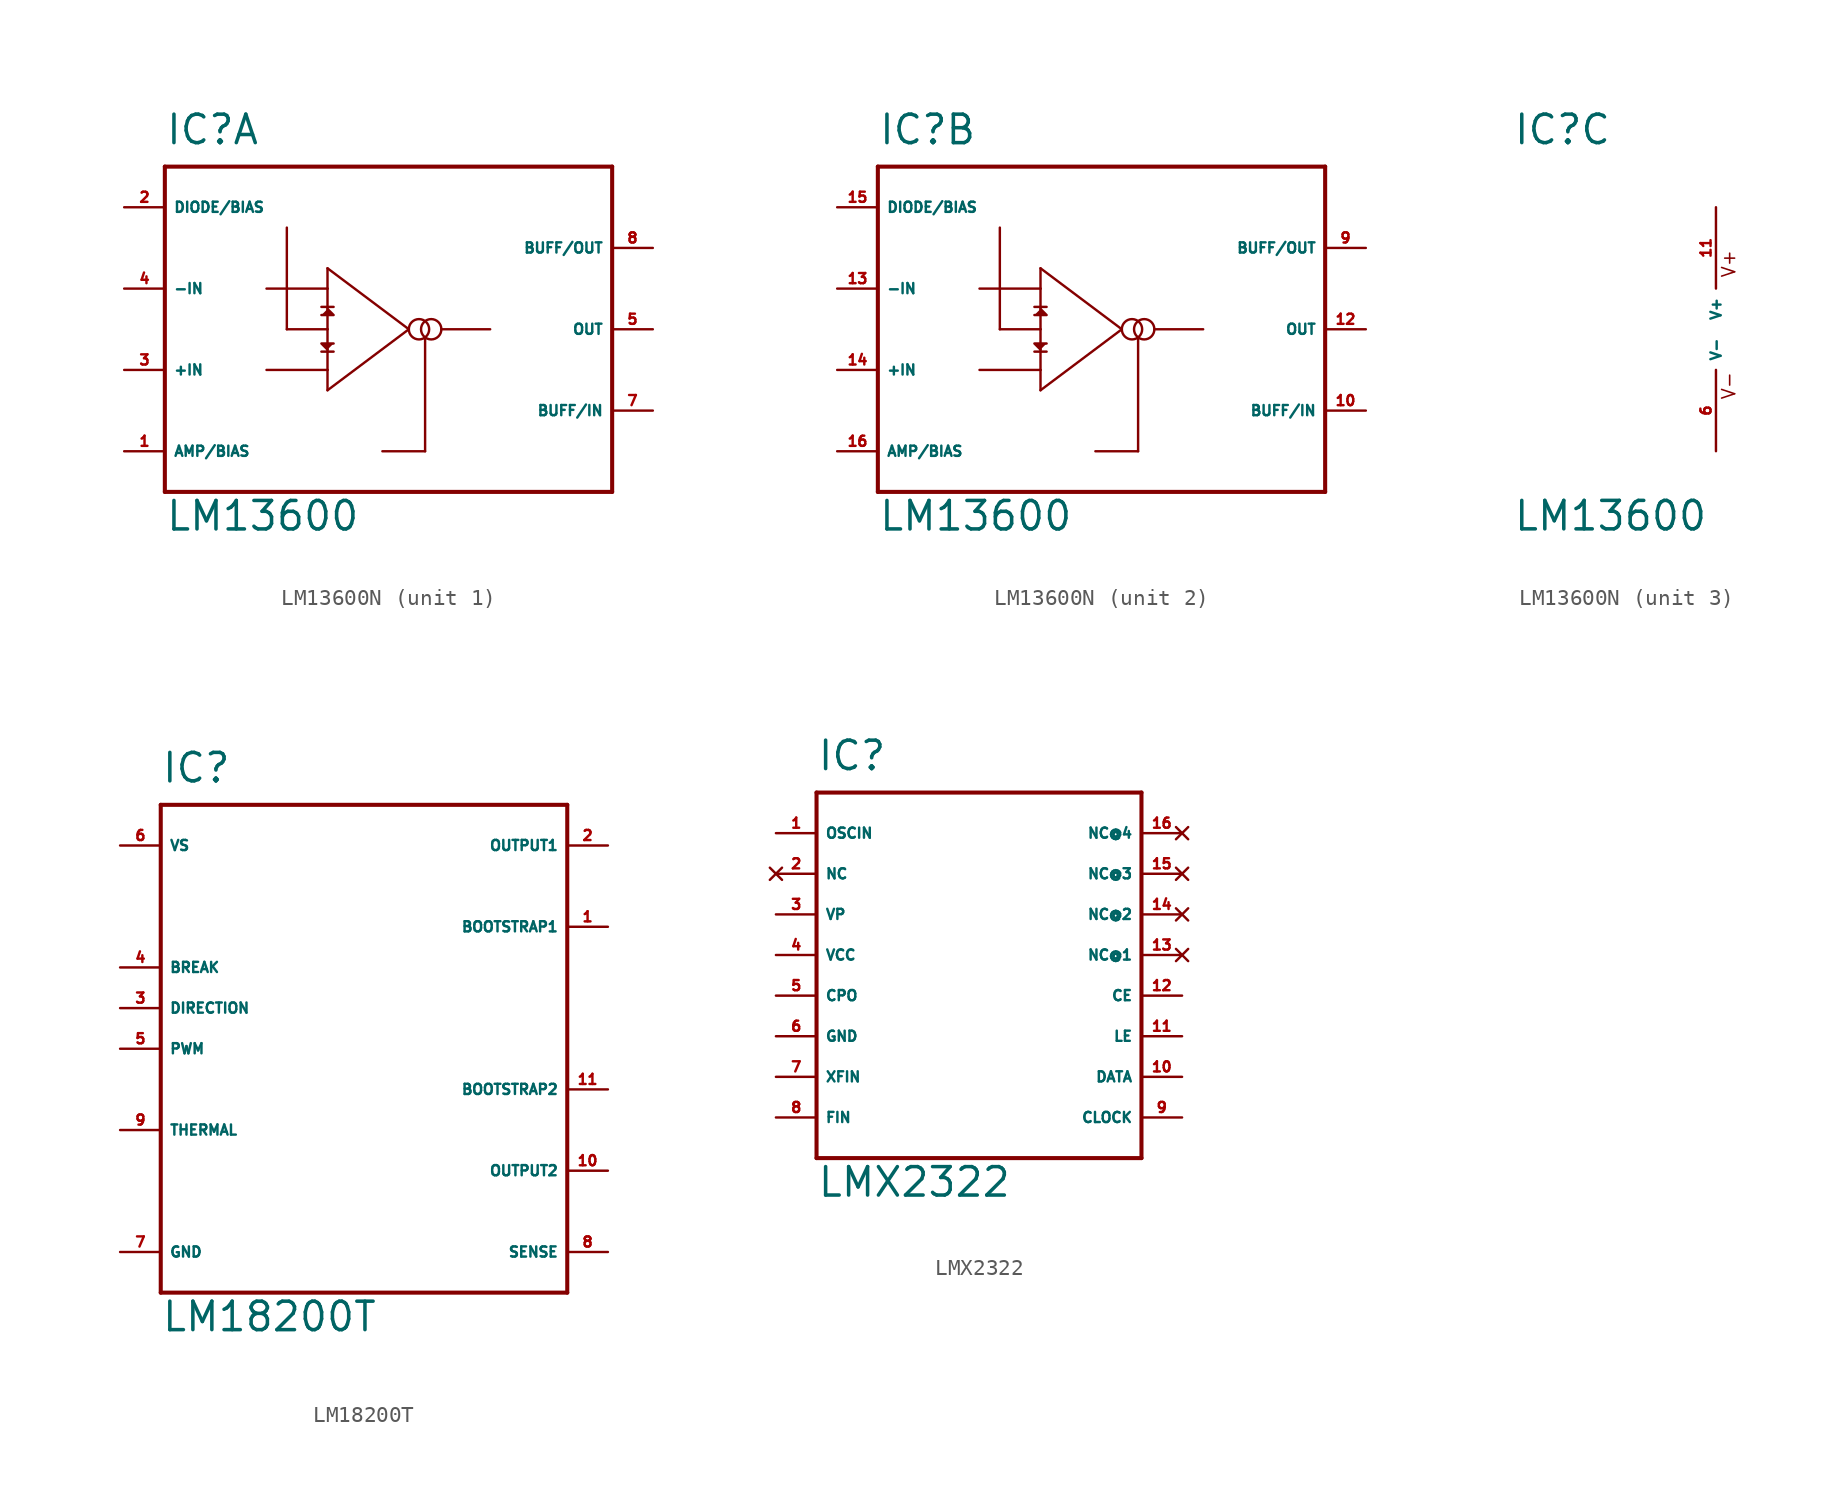
<source format=kicad_sym>
(kicad_symbol_lib
  (version 20220914)
  (generator Eagle2Kicad)
  (symbol "LM13600N"
    (property "Reference" "IC"
      (at -12.7 11.43 0)
      (effects (font (size 1.778 1.778) (thickness 0.22)) (justify left bottom)))
    (property "Value" "LM13600"
      (at -12.7 -12.7 0)
      (effects (font (size 1.778 1.778) (thickness 0.22)) (justify left bottom)))
    (symbol "LM13600N_1_0"
      (polyline (pts (xy -2.921 0.889) (xy -2.159 0.889) (xy -2.54 1.27)) (stroke (width 0.152) (type default)) (fill (type outline)))
      (polyline (pts (xy -2.159 -0.889) (xy -2.921 -0.889) (xy -2.54 -1.27)) (stroke (width 0.152) (type default)) (fill (type outline)))
      (polyline (pts (xy -12.7 10.16) (xy 15.24 10.16)) (stroke (width 0.254) (type default)) (fill (type none)))
      (polyline (pts (xy 15.24 10.16) (xy 15.24 -10.16)) (stroke (width 0.254) (type default)) (fill (type none)))
      (polyline (pts (xy 15.24 -10.16) (xy -12.7 -10.16)) (stroke (width 0.254) (type default)) (fill (type none)))
      (polyline (pts (xy -12.7 -10.16) (xy -12.7 10.16)) (stroke (width 0.254) (type default)) (fill (type none)))
      (polyline (pts (xy -2.54 -3.81) (xy -2.54 -2.54)) (stroke (width 0.152) (type default)) (fill (type none)))
      (polyline (pts (xy -2.54 -2.54) (xy -2.54 0)) (stroke (width 0.152) (type default)) (fill (type none)))
      (polyline (pts (xy -2.54 0) (xy -2.54 2.54)) (stroke (width 0.152) (type default)) (fill (type none)))
      (polyline (pts (xy -2.54 2.54) (xy -2.54 3.81)) (stroke (width 0.152) (type default)) (fill (type none)))
      (polyline (pts (xy -2.54 3.81) (xy 2.54 0)) (stroke (width 0.152) (type default)) (fill (type none)))
      (polyline (pts (xy 2.54 0) (xy -2.54 -3.81)) (stroke (width 0.152) (type default)) (fill (type none)))
      (polyline (pts (xy -6.35 2.54) (xy -2.54 2.54)) (stroke (width 0.152) (type default)) (fill (type none)))
      (polyline (pts (xy -6.35 -2.54) (xy -2.54 -2.54)) (stroke (width 0.152) (type default)) (fill (type none)))
      (polyline (pts (xy -2.54 0) (xy -5.08 0)) (stroke (width 0.152) (type default)) (fill (type none)))
      (polyline (pts (xy -5.08 0) (xy -5.08 6.35)) (stroke (width 0.152) (type default)) (fill (type none)))
      (polyline (pts (xy -2.921 1.397) (xy -2.159 1.397)) (stroke (width 0.152) (type default)) (fill (type none)))
      (polyline (pts (xy -2.159 -1.397) (xy -2.921 -1.397)) (stroke (width 0.152) (type default)) (fill (type none)))
      (polyline (pts (xy 4.572 0) (xy 7.62 0)) (stroke (width 0.152) (type default)) (fill (type none)))
      (polyline (pts (xy 3.556 -0.635) (xy 3.556 -7.62)) (stroke (width 0.152) (type default)) (fill (type none)))
      (polyline (pts (xy 3.556 -7.62) (xy 0.889 -7.62)) (stroke (width 0.152) (type default)) (fill (type none)))
      (circle (center 3.175 0) (radius 0.635) (stroke (width 0.152) (type default)) (fill (type none)))
      (circle (center 3.937 0) (radius 0.635) (stroke (width 0.152) (type default)) (fill (type none)))
      (pin input line (at -15.24 -2.54 0) (length 2.54) (name "+IN" (effects (font (size 0.635 0.635) (thickness 0.08)) (justify left bottom))) (number "3" (effects (font (size 0.635 0.635) (thickness 0.08)) (justify left bottom))))
      (pin input line (at -15.24 2.54 0) (length 2.54) (name "-IN" (effects (font (size 0.635 0.635) (thickness 0.08)) (justify left bottom))) (number "4" (effects (font (size 0.635 0.635) (thickness 0.08)) (justify left bottom))))
      (pin passive line (at -15.24 -7.62 0) (length 2.54) (name "AMP/BIAS" (effects (font (size 0.635 0.635) (thickness 0.08)) (justify left bottom))) (number "1" (effects (font (size 0.635 0.635) (thickness 0.08)) (justify left bottom))))
      (pin passive line (at -15.24 7.62 0) (length 2.54) (name "DIODE/BIAS" (effects (font (size 0.635 0.635) (thickness 0.08)) (justify left bottom))) (number "2" (effects (font (size 0.635 0.635) (thickness 0.08)) (justify left bottom))))
      (pin input line (at 17.78 -5.08 180) (length 2.54) (name "BUFF/IN" (effects (font (size 0.635 0.635) (thickness 0.08)) (justify left bottom))) (number "7" (effects (font (size 0.635 0.635) (thickness 0.08)) (justify left bottom))))
      (pin output line (at 17.78 5.08 180) (length 2.54) (name "BUFF/OUT" (effects (font (size 0.635 0.635) (thickness 0.08)) (justify left bottom))) (number "8" (effects (font (size 0.635 0.635) (thickness 0.08)) (justify left bottom))))
      (pin output line (at 17.78 0 180) (length 2.54) (name "OUT" (effects (font (size 0.635 0.635) (thickness 0.08)) (justify left bottom))) (number "5" (effects (font (size 0.635 0.635) (thickness 0.08)) (justify left bottom)))))
    (symbol "LM13600N_2_0"
      (polyline (pts (xy -2.921 0.889) (xy -2.159 0.889) (xy -2.54 1.27)) (stroke (width 0.152) (type default)) (fill (type outline)))
      (polyline (pts (xy -2.159 -0.889) (xy -2.921 -0.889) (xy -2.54 -1.27)) (stroke (width 0.152) (type default)) (fill (type outline)))
      (polyline (pts (xy -12.7 10.16) (xy 15.24 10.16)) (stroke (width 0.254) (type default)) (fill (type none)))
      (polyline (pts (xy 15.24 10.16) (xy 15.24 -10.16)) (stroke (width 0.254) (type default)) (fill (type none)))
      (polyline (pts (xy 15.24 -10.16) (xy -12.7 -10.16)) (stroke (width 0.254) (type default)) (fill (type none)))
      (polyline (pts (xy -12.7 -10.16) (xy -12.7 10.16)) (stroke (width 0.254) (type default)) (fill (type none)))
      (polyline (pts (xy -2.54 -3.81) (xy -2.54 -2.54)) (stroke (width 0.152) (type default)) (fill (type none)))
      (polyline (pts (xy -2.54 -2.54) (xy -2.54 0)) (stroke (width 0.152) (type default)) (fill (type none)))
      (polyline (pts (xy -2.54 0) (xy -2.54 2.54)) (stroke (width 0.152) (type default)) (fill (type none)))
      (polyline (pts (xy -2.54 2.54) (xy -2.54 3.81)) (stroke (width 0.152) (type default)) (fill (type none)))
      (polyline (pts (xy -2.54 3.81) (xy 2.54 0)) (stroke (width 0.152) (type default)) (fill (type none)))
      (polyline (pts (xy 2.54 0) (xy -2.54 -3.81)) (stroke (width 0.152) (type default)) (fill (type none)))
      (polyline (pts (xy -6.35 2.54) (xy -2.54 2.54)) (stroke (width 0.152) (type default)) (fill (type none)))
      (polyline (pts (xy -6.35 -2.54) (xy -2.54 -2.54)) (stroke (width 0.152) (type default)) (fill (type none)))
      (polyline (pts (xy -2.54 0) (xy -5.08 0)) (stroke (width 0.152) (type default)) (fill (type none)))
      (polyline (pts (xy -5.08 0) (xy -5.08 6.35)) (stroke (width 0.152) (type default)) (fill (type none)))
      (polyline (pts (xy -2.921 1.397) (xy -2.159 1.397)) (stroke (width 0.152) (type default)) (fill (type none)))
      (polyline (pts (xy -2.159 -1.397) (xy -2.921 -1.397)) (stroke (width 0.152) (type default)) (fill (type none)))
      (polyline (pts (xy 4.572 0) (xy 7.62 0)) (stroke (width 0.152) (type default)) (fill (type none)))
      (polyline (pts (xy 3.556 -0.635) (xy 3.556 -7.62)) (stroke (width 0.152) (type default)) (fill (type none)))
      (polyline (pts (xy 3.556 -7.62) (xy 0.889 -7.62)) (stroke (width 0.152) (type default)) (fill (type none)))
      (circle (center 3.175 0) (radius 0.635) (stroke (width 0.152) (type default)) (fill (type none)))
      (circle (center 3.937 0) (radius 0.635) (stroke (width 0.152) (type default)) (fill (type none)))
      (pin input line (at -15.24 -2.54 0) (length 2.54) (name "+IN" (effects (font (size 0.635 0.635) (thickness 0.08)) (justify left bottom))) (number "14" (effects (font (size 0.635 0.635) (thickness 0.08)) (justify left bottom))))
      (pin input line (at -15.24 2.54 0) (length 2.54) (name "-IN" (effects (font (size 0.635 0.635) (thickness 0.08)) (justify left bottom))) (number "13" (effects (font (size 0.635 0.635) (thickness 0.08)) (justify left bottom))))
      (pin passive line (at -15.24 -7.62 0) (length 2.54) (name "AMP/BIAS" (effects (font (size 0.635 0.635) (thickness 0.08)) (justify left bottom))) (number "16" (effects (font (size 0.635 0.635) (thickness 0.08)) (justify left bottom))))
      (pin passive line (at -15.24 7.62 0) (length 2.54) (name "DIODE/BIAS" (effects (font (size 0.635 0.635) (thickness 0.08)) (justify left bottom))) (number "15" (effects (font (size 0.635 0.635) (thickness 0.08)) (justify left bottom))))
      (pin input line (at 17.78 -5.08 180) (length 2.54) (name "BUFF/IN" (effects (font (size 0.635 0.635) (thickness 0.08)) (justify left bottom))) (number "10" (effects (font (size 0.635 0.635) (thickness 0.08)) (justify left bottom))))
      (pin output line (at 17.78 5.08 180) (length 2.54) (name "BUFF/OUT" (effects (font (size 0.635 0.635) (thickness 0.08)) (justify left bottom))) (number "9" (effects (font (size 0.635 0.635) (thickness 0.08)) (justify left bottom))))
      (pin output line (at 17.78 0 180) (length 2.54) (name "OUT" (effects (font (size 0.635 0.635) (thickness 0.08)) (justify left bottom))) (number "12" (effects (font (size 0.635 0.635) (thickness 0.08)) (justify left bottom)))))
    (symbol "LM13600N_3_0"
      (text "V+" (at 1.27 3.175 900) (effects (font (size 0.813 0.813) (thickness 0.10)) (justify left bottom)))
      (text "V-" (at 1.27 -4.445 900) (effects (font (size 0.813 0.813) (thickness 0.10)) (justify left bottom)))
      (pin unspecified line (at 0 7.62 270) (length 5.08) (name "V+" (effects (font (size 0.635 0.635) (thickness 0.08)) (justify left bottom))) (number "11" (effects (font (size 0.635 0.635) (thickness 0.08)) (justify left bottom))))
      (pin unspecified line (at 0 -7.62 90) (length 5.08) (name "V-" (effects (font (size 0.635 0.635) (thickness 0.08)) (justify left bottom))) (number "6" (effects (font (size 0.635 0.635) (thickness 0.08)) (justify left bottom))))))
  (symbol "LM18200T"
    (property "Reference" "IC"
      (at -12.7 16.51 0)
      (effects (font (size 1.778 1.778) (thickness 0.22)) (justify left bottom)))
    (property "Value" "LM18200T"
      (at -12.7 -17.78 0)
      (effects (font (size 1.778 1.778) (thickness 0.22)) (justify left bottom)))
    (polyline
      (pts (xy -12.7 15.24) (xy 12.7 15.24))
      (stroke (width 0.254) (type default))
      (fill (type none)))
    (polyline
      (pts (xy 12.7 15.24) (xy 12.7 -15.24))
      (stroke (width 0.254) (type default))
      (fill (type none)))
    (polyline
      (pts (xy 12.7 -15.24) (xy -12.7 -15.24))
      (stroke (width 0.254) (type default))
      (fill (type none)))
    (polyline
      (pts (xy -12.7 -15.24) (xy -12.7 15.24))
      (stroke (width 0.254) (type default))
      (fill (type none)))
    (pin input line
      (at 15.24 7.62 180)
      (length 2.54)
      (name "BOOTSTRAP1" (effects (font (size 0.635 0.635) (thickness 0.08)) (justify left bottom)))
      (number "1" (effects (font (size 0.635 0.635) (thickness 0.08)) (justify left bottom))))
    (pin input line
      (at 15.24 -2.54 180)
      (length 2.54)
      (name "BOOTSTRAP2" (effects (font (size 0.635 0.635) (thickness 0.08)) (justify left bottom)))
      (number "11" (effects (font (size 0.635 0.635) (thickness 0.08)) (justify left bottom))))
    (pin output line
      (at 15.24 12.7 180)
      (length 2.54)
      (name "OUTPUT1" (effects (font (size 0.635 0.635) (thickness 0.08)) (justify left bottom)))
      (number "2" (effects (font (size 0.635 0.635) (thickness 0.08)) (justify left bottom))))
    (pin output line
      (at 15.24 -7.62 180)
      (length 2.54)
      (name "OUTPUT2" (effects (font (size 0.635 0.635) (thickness 0.08)) (justify left bottom)))
      (number "10" (effects (font (size 0.635 0.635) (thickness 0.08)) (justify left bottom))))
    (pin input line
      (at -15.24 2.54 0)
      (length 2.54)
      (name "DIRECTION" (effects (font (size 0.635 0.635) (thickness 0.08)) (justify left bottom)))
      (number "3" (effects (font (size 0.635 0.635) (thickness 0.08)) (justify left bottom))))
    (pin input line
      (at -15.24 5.08 0)
      (length 2.54)
      (name "BREAK" (effects (font (size 0.635 0.635) (thickness 0.08)) (justify left bottom)))
      (number "4" (effects (font (size 0.635 0.635) (thickness 0.08)) (justify left bottom))))
    (pin input line
      (at -15.24 0 0)
      (length 2.54)
      (name "PWM" (effects (font (size 0.635 0.635) (thickness 0.08)) (justify left bottom)))
      (number "5" (effects (font (size 0.635 0.635) (thickness 0.08)) (justify left bottom))))
    (pin unspecified line
      (at -15.24 12.7 0)
      (length 2.54)
      (name "VS" (effects (font (size 0.635 0.635) (thickness 0.08)) (justify left bottom)))
      (number "6" (effects (font (size 0.635 0.635) (thickness 0.08)) (justify left bottom))))
    (pin unspecified line
      (at -15.24 -12.7 0)
      (length 2.54)
      (name "GND" (effects (font (size 0.635 0.635) (thickness 0.08)) (justify left bottom)))
      (number "7" (effects (font (size 0.635 0.635) (thickness 0.08)) (justify left bottom))))
    (pin output line
      (at 15.24 -12.7 180)
      (length 2.54)
      (name "SENSE" (effects (font (size 0.635 0.635) (thickness 0.08)) (justify left bottom)))
      (number "8" (effects (font (size 0.635 0.635) (thickness 0.08)) (justify left bottom))))
    (pin output line
      (at -15.24 -5.08 0)
      (length 2.54)
      (name "THERMAL" (effects (font (size 0.635 0.635) (thickness 0.08)) (justify left bottom)))
      (number "9" (effects (font (size 0.635 0.635) (thickness 0.08)) (justify left bottom)))))
  (symbol "LMX2322"
    (property "Reference" "IC"
      (at -10.16 11.43 0)
      (effects (font (size 1.778 1.778) (thickness 0.22)) (justify left bottom)))
    (property "Value" "LMX2322"
      (at -10.16 -15.24 0)
      (effects (font (size 1.778 1.778) (thickness 0.22)) (justify left bottom)))
    (polyline
      (pts (xy -10.16 -12.7) (xy 10.16 -12.7))
      (stroke (width 0.254) (type default))
      (fill (type none)))
    (polyline
      (pts (xy 10.16 -12.7) (xy 10.16 10.16))
      (stroke (width 0.254) (type default))
      (fill (type none)))
    (polyline
      (pts (xy 10.16 10.16) (xy -10.16 10.16))
      (stroke (width 0.254) (type default))
      (fill (type none)))
    (polyline
      (pts (xy -10.16 10.16) (xy -10.16 -12.7))
      (stroke (width 0.254) (type default))
      (fill (type none)))
    (pin input line
      (at -12.7 7.62 0)
      (length 2.54)
      (name "OSCIN" (effects (font (size 0.635 0.635) (thickness 0.08)) (justify left bottom)))
      (number "1" (effects (font (size 0.635 0.635) (thickness 0.08)) (justify left bottom))))
    (pin no_connect line
      (at -12.7 5.08 0)
      (length 2.54)
      (name "NC" (effects (font (size 0.635 0.635) (thickness 0.08)) (justify left bottom) hide))
      (number "2" (effects (font (size 0.635 0.635) (thickness 0.08)) (justify left bottom) hide)))
    (pin unspecified line
      (at -12.7 2.54 0)
      (length 2.54)
      (name "VP" (effects (font (size 0.635 0.635) (thickness 0.08)) (justify left bottom)))
      (number "3" (effects (font (size 0.635 0.635) (thickness 0.08)) (justify left bottom))))
    (pin unspecified line
      (at -12.7 0 0)
      (length 2.54)
      (name "VCC" (effects (font (size 0.635 0.635) (thickness 0.08)) (justify left bottom)))
      (number "4" (effects (font (size 0.635 0.635) (thickness 0.08)) (justify left bottom))))
    (pin output line
      (at -12.7 -2.54 0)
      (length 2.54)
      (name "CPO" (effects (font (size 0.635 0.635) (thickness 0.08)) (justify left bottom)))
      (number "5" (effects (font (size 0.635 0.635) (thickness 0.08)) (justify left bottom))))
    (pin unspecified line
      (at -12.7 -5.08 0)
      (length 2.54)
      (name "GND" (effects (font (size 0.635 0.635) (thickness 0.08)) (justify left bottom)))
      (number "6" (effects (font (size 0.635 0.635) (thickness 0.08)) (justify left bottom))))
    (pin input line
      (at -12.7 -7.62 0)
      (length 2.54)
      (name "XFIN" (effects (font (size 0.635 0.635) (thickness 0.08)) (justify left bottom)))
      (number "7" (effects (font (size 0.635 0.635) (thickness 0.08)) (justify left bottom))))
    (pin input line
      (at -12.7 -10.16 0)
      (length 2.54)
      (name "FIN" (effects (font (size 0.635 0.635) (thickness 0.08)) (justify left bottom)))
      (number "8" (effects (font (size 0.635 0.635) (thickness 0.08)) (justify left bottom))))
    (pin input line
      (at 12.7 -10.16 180)
      (length 2.54)
      (name "CLOCK" (effects (font (size 0.635 0.635) (thickness 0.08)) (justify left bottom)))
      (number "9" (effects (font (size 0.635 0.635) (thickness 0.08)) (justify left bottom))))
    (pin input line
      (at 12.7 -7.62 180)
      (length 2.54)
      (name "DATA" (effects (font (size 0.635 0.635) (thickness 0.08)) (justify left bottom)))
      (number "10" (effects (font (size 0.635 0.635) (thickness 0.08)) (justify left bottom))))
    (pin input line
      (at 12.7 -5.08 180)
      (length 2.54)
      (name "LE" (effects (font (size 0.635 0.635) (thickness 0.08)) (justify left bottom)))
      (number "11" (effects (font (size 0.635 0.635) (thickness 0.08)) (justify left bottom))))
    (pin input line
      (at 12.7 -2.54 180)
      (length 2.54)
      (name "CE" (effects (font (size 0.635 0.635) (thickness 0.08)) (justify left bottom)))
      (number "12" (effects (font (size 0.635 0.635) (thickness 0.08)) (justify left bottom))))
    (pin no_connect line
      (at 12.7 0 180)
      (length 2.54)
      (name "NC@1" (effects (font (size 0.635 0.635) (thickness 0.08)) (justify left bottom) hide))
      (number "13" (effects (font (size 0.635 0.635) (thickness 0.08)) (justify left bottom) hide)))
    (pin no_connect line
      (at 12.7 2.54 180)
      (length 2.54)
      (name "NC@2" (effects (font (size 0.635 0.635) (thickness 0.08)) (justify left bottom) hide))
      (number "14" (effects (font (size 0.635 0.635) (thickness 0.08)) (justify left bottom) hide)))
    (pin no_connect line
      (at 12.7 5.08 180)
      (length 2.54)
      (name "NC@3" (effects (font (size 0.635 0.635) (thickness 0.08)) (justify left bottom) hide))
      (number "15" (effects (font (size 0.635 0.635) (thickness 0.08)) (justify left bottom) hide)))
    (pin no_connect line
      (at 12.7 7.62 180)
      (length 2.54)
      (name "NC@4" (effects (font (size 0.635 0.635) (thickness 0.08)) (justify left bottom) hide))
      (number "16" (effects (font (size 0.635 0.635) (thickness 0.08)) (justify left bottom) hide)))))
</source>
